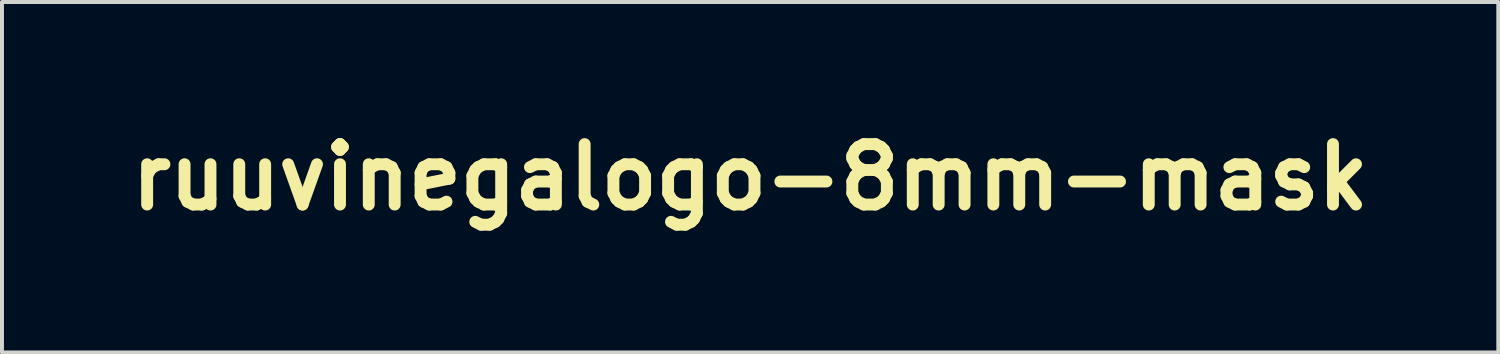
<source format=kicad_pcb>
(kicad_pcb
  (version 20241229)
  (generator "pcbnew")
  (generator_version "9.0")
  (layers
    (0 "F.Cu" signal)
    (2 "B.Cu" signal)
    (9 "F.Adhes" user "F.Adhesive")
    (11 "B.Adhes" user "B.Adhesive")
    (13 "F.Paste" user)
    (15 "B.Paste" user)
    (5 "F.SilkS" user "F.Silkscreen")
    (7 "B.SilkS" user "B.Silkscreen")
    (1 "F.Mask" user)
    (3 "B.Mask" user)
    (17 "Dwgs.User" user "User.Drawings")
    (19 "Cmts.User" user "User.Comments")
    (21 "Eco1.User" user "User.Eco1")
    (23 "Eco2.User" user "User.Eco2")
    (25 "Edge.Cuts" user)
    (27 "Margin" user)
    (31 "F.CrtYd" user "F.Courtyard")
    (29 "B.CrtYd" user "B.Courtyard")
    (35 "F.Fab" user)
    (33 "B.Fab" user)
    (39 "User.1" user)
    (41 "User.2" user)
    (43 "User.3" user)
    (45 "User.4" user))
  (footprint "ruuvinegalogo-8mm-mask"
    (layer "F.Cu")
    (at 15.864 1.418)
    (property "Reference" "ruuvinegalogo-8mm-mask" (at 0 0 0) (layer "F.SilkS") (effects (font (size 1.524 1.524) (thickness 0.3))))
    (attr through_hole)
    (fp_poly (pts (xy 1.862 -0.819) (xy 1.904 -0.812) (xy 1.945 -0.797) (xy 1.958 -0.791) (xy 1.981 -0.776) (xy 2.005 -0.755) (xy 2.028 -0.732) (xy 2.047 -0.707) (xy 2.059 -0.687) (xy 2.075 -0.645) (xy 2.084 -0.603) (xy 2.086 -0.561) (xy 2.08 -0.52) (xy 2.068 -0.481) (xy 2.049 -0.445) (xy 2.025 -0.412) (xy 1.995 -0.383) (xy 1.959 -0.359) (xy 1.918 -0.341) (xy 1.917 -0.341) (xy 1.882 -0.332) (xy 1.846 -0.328) (xy 1.81 -0.329) (xy 1.789 -0.333) (xy 1.747 -0.346) (xy 1.708 -0.367) (xy 1.674 -0.393) (xy 1.645 -0.425) (xy 1.622 -0.461) (xy 1.605 -0.502) (xy 1.598 -0.525) (xy 1.593 -0.566) (xy 1.595 -0.606) (xy 1.605 -0.646) (xy 1.621 -0.685) (xy 1.644 -0.722) (xy 1.672 -0.754) (xy 1.704 -0.78) (xy 1.74 -0.799) (xy 1.779 -0.813) (xy 1.82 -0.819) (xy 1.862 -0.819)) (stroke (width 0.01) (type solid)) (fill yes) (layer "F.Mask"))
    (fp_poly (pts (xy 1.862 -0.162) (xy 1.902 -0.157) (xy 1.935 -0.148) (xy 1.963 -0.135) (xy 1.987 -0.117) (xy 1.995 -0.109) (xy 2.006 -0.096) (xy 2.016 -0.081) (xy 2.021 -0.072) (xy 2.024 -0.064) (xy 2.027 -0.057) (xy 2.029 -0.049) (xy 2.031 -0.041) (xy 2.033 -0.031) (xy 2.035 -0.019) (xy 2.036 -0.005) (xy 2.037 0.013) (xy 2.038 0.034) (xy 2.038 0.059) (xy 2.039 0.089) (xy 2.039 0.125) (xy 2.039 0.166) (xy 2.039 0.214) (xy 2.039 0.269) (xy 2.039 0.327) (xy 2.039 0.387) (xy 2.039 0.439) (xy 2.039 0.485) (xy 2.039 0.524) (xy 2.039 0.557) (xy 2.039 0.585) (xy 2.038 0.608) (xy 2.038 0.627) (xy 2.037 0.642) (xy 2.037 0.654) (xy 2.036 0.664) (xy 2.035 0.672) (xy 2.034 0.678) (xy 2.033 0.684) (xy 2.032 0.687) (xy 2.018 0.722) (xy 1.998 0.754) (xy 1.971 0.78) (xy 1.94 0.8) (xy 1.94 0.8) (xy 1.914 0.81) (xy 1.884 0.816) (xy 1.851 0.82) (xy 1.818 0.82) (xy 1.788 0.816) (xy 1.786 0.815) (xy 1.749 0.802) (xy 1.717 0.784) (xy 1.691 0.76) (xy 1.671 0.731) (xy 1.657 0.698) (xy 1.654 0.686) (xy 1.653 0.679) (xy 1.652 0.668) (xy 1.651 0.651) (xy 1.651 0.629) (xy 1.65 0.602) (xy 1.65 0.568) (xy 1.65 0.528) (xy 1.65 0.481) (xy 1.65 0.426) (xy 1.65 0.365) (xy 1.65 0.321) (xy 1.651 0.26) (xy 1.651 0.206) (xy 1.651 0.16) (xy 1.651 0.121) (xy 1.652 0.087) (xy 1.652 0.059) (xy 1.652 0.035) (xy 1.653 0.016) (xy 1.653 0.001) (xy 1.654 -0.011) (xy 1.655 -0.021) (xy 1.656 -0.028) (xy 1.657 -0.034) (xy 1.658 -0.038) (xy 1.659 -0.043) (xy 1.661 -0.046) (xy 1.667 -0.062) (xy 1.673 -0.074) (xy 1.681 -0.085) (xy 1.693 -0.098) (xy 1.703 -0.109) (xy 1.731 -0.132) (xy 1.764 -0.148) (xy 1.801 -0.159) (xy 1.842 -0.162) (xy 1.862 -0.162)) (stroke (width 0.01) (type solid)) (fill yes) (layer "F.Mask"))
    (fp_poly (pts (xy -3.356 -0.808) (xy -3.327 -0.801) (xy -3.3 -0.789) (xy -3.276 -0.773) (xy -3.265 -0.763) (xy -3.239 -0.735) (xy -3.221 -0.705) (xy -3.209 -0.673) (xy -3.202 -0.635) (xy -3.202 -0.597) (xy -3.207 -0.561) (xy -3.219 -0.527) (xy -3.235 -0.498) (xy -3.253 -0.477) (xy -3.271 -0.462) (xy -3.289 -0.45) (xy -3.31 -0.44) (xy -3.334 -0.432) (xy -3.364 -0.425) (xy -3.4 -0.419) (xy -3.412 -0.417) (xy -3.442 -0.412) (xy -3.467 -0.407) (xy -3.487 -0.401) (xy -3.507 -0.393) (xy -3.527 -0.384) (xy -3.53 -0.383) (xy -3.573 -0.357) (xy -3.609 -0.328) (xy -3.639 -0.293) (xy -3.662 -0.253) (xy -3.68 -0.208) (xy -3.683 -0.196) (xy -3.684 -0.19) (xy -3.685 -0.18) (xy -3.685 -0.165) (xy -3.686 -0.144) (xy -3.687 -0.117) (xy -3.687 -0.085) (xy -3.688 -0.046) (xy -3.688 -0.001) (xy -3.688 0.052) (xy -3.688 0.111) (xy -3.689 0.178) (xy -3.689 0.241) (xy -3.689 0.659) (xy -3.701 0.692) (xy -3.717 0.729) (xy -3.738 0.76) (xy -3.765 0.784) (xy -3.797 0.803) (xy -3.812 0.809) (xy -3.832 0.814) (xy -3.857 0.818) (xy -3.884 0.819) (xy -3.911 0.819) (xy -3.934 0.817) (xy -3.947 0.815) (xy -3.984 0.8) (xy -4.016 0.78) (xy -4.042 0.755) (xy -4.062 0.724) (xy -4.076 0.689) (xy -4.079 0.676) (xy -4.08 0.669) (xy -4.08 0.657) (xy -4.081 0.64) (xy -4.081 0.618) (xy -4.082 0.59) (xy -4.082 0.556) (xy -4.082 0.515) (xy -4.082 0.468) (xy -4.082 0.414) (xy -4.082 0.353) (xy -4.082 0.284) (xy -4.082 0.21) (xy -4.082 0.141) (xy -4.082 0.079) (xy -4.081 0.024) (xy -4.081 -0.024) (xy -4.081 -0.065) (xy -4.081 -0.102) (xy -4.08 -0.132) (xy -4.08 -0.159) (xy -4.08 -0.181) (xy -4.079 -0.199) (xy -4.078 -0.214) (xy -4.078 -0.226) (xy -4.077 -0.237) (xy -4.076 -0.245) (xy -4.075 -0.252) (xy -4.074 -0.259) (xy -4.073 -0.265) (xy -4.071 -0.271) (xy -4.051 -0.346) (xy -4.024 -0.415) (xy -3.991 -0.48) (xy -3.952 -0.539) (xy -3.906 -0.594) (xy -3.854 -0.644) (xy -3.846 -0.651) (xy -3.787 -0.696) (xy -3.727 -0.733) (xy -3.663 -0.762) (xy -3.597 -0.785) (xy -3.527 -0.801) (xy -3.452 -0.81) (xy -3.43 -0.811) (xy -3.39 -0.812) (xy -3.356 -0.808)) (stroke (width 0.01) (type solid)) (fill yes) (layer "F.Mask"))
    (fp_poly (pts (xy -1.786 -0.806) (xy -1.771 -0.804) (xy -1.738 -0.793) (xy -1.706 -0.775) (xy -1.678 -0.751) (xy -1.654 -0.723) (xy -1.641 -0.7) (xy -1.629 -0.675) (xy -1.63 -0.21) (xy -1.63 -0.138) (xy -1.631 -0.074) (xy -1.631 -0.018) (xy -1.631 0.032) (xy -1.631 0.076) (xy -1.631 0.113) (xy -1.632 0.146) (xy -1.632 0.174) (xy -1.632 0.197) (xy -1.633 0.216) (xy -1.633 0.232) (xy -1.634 0.246) (xy -1.635 0.256) (xy -1.636 0.265) (xy -1.636 0.272) (xy -1.638 0.278) (xy -1.639 0.284) (xy -1.64 0.289) (xy -1.64 0.291) (xy -1.653 0.336) (xy -1.667 0.38) (xy -1.683 0.421) (xy -1.697 0.45) (xy -1.733 0.514) (xy -1.776 0.574) (xy -1.824 0.628) (xy -1.877 0.676) (xy -1.935 0.718) (xy -1.997 0.753) (xy -2.062 0.781) (xy -2.131 0.803) (xy -2.179 0.813) (xy -2.207 0.817) (xy -2.241 0.82) (xy -2.277 0.822) (xy -2.313 0.823) (xy -2.348 0.823) (xy -2.378 0.822) (xy -2.395 0.821) (xy -2.47 0.808) (xy -2.541 0.789) (xy -2.608 0.763) (xy -2.671 0.729) (xy -2.731 0.688) (xy -2.787 0.64) (xy -2.814 0.613) (xy -2.862 0.557) (xy -2.903 0.497) (xy -2.937 0.433) (xy -2.964 0.365) (xy -2.983 0.293) (xy -2.987 0.273) (xy -2.989 0.256) (xy -2.991 0.232) (xy -2.993 0.2) (xy -2.995 0.162) (xy -2.997 0.119) (xy -2.998 0.07) (xy -2.999 0.016) (xy -3 -0.041) (xy -3 -0.102) (xy -3.001 -0.166) (xy -3.001 -0.232) (xy -3 -0.3) (xy -3 -0.368) (xy -2.999 -0.438) (xy -2.998 -0.507) (xy -2.997 -0.535) (xy -2.995 -0.668) (xy -2.979 -0.7) (xy -2.958 -0.733) (xy -2.932 -0.761) (xy -2.902 -0.783) (xy -2.868 -0.797) (xy -2.854 -0.801) (xy -2.833 -0.803) (xy -2.808 -0.804) (xy -2.781 -0.803) (xy -2.756 -0.8) (xy -2.735 -0.795) (xy -2.728 -0.793) (xy -2.693 -0.775) (xy -2.662 -0.751) (xy -2.637 -0.721) (xy -2.619 -0.687) (xy -2.617 -0.683) (xy -2.608 -0.659) (xy -2.605 -0.225) (xy -2.604 -0.155) (xy -2.604 -0.092) (xy -2.603 -0.037) (xy -2.603 0.011) (xy -2.602 0.053) (xy -2.602 0.09) (xy -2.601 0.12) (xy -2.601 0.146) (xy -2.6 0.168) (xy -2.6 0.186) (xy -2.599 0.2) (xy -2.598 0.211) (xy -2.598 0.22) (xy -2.597 0.227) (xy -2.596 0.232) (xy -2.595 0.234) (xy -2.579 0.277) (xy -2.557 0.316) (xy -2.528 0.35) (xy -2.494 0.379) (xy -2.456 0.402) (xy -2.413 0.419) (xy -2.367 0.429) (xy -2.322 0.433) (xy -2.271 0.429) (xy -2.223 0.418) (xy -2.179 0.4) (xy -2.14 0.376) (xy -2.105 0.346) (xy -2.075 0.31) (xy -2.051 0.27) (xy -2.033 0.225) (xy -2.025 0.195) (xy -2.024 0.188) (xy -2.024 0.174) (xy -2.023 0.154) (xy -2.022 0.128) (xy -2.021 0.095) (xy -2.021 0.056) (xy -2.02 0.009) (xy -2.019 -0.046) (xy -2.019 -0.107) (xy -2.018 -0.177) (xy -2.018 -0.25) (xy -2.015 -0.672) (xy -2.002 -0.698) (xy -1.983 -0.73) (xy -1.958 -0.757) (xy -1.929 -0.78) (xy -1.896 -0.796) (xy -1.871 -0.804) (xy -1.845 -0.807) (xy -1.815 -0.808) (xy -1.786 -0.806)) (stroke (width 0.01) (type solid)) (fill yes) (layer "F.Mask"))
    (fp_poly (pts (xy 3.313 -0.815) (xy 3.388 -0.807) (xy 3.462 -0.793) (xy 3.533 -0.771) (xy 3.603 -0.743) (xy 3.669 -0.71) (xy 3.731 -0.67) (xy 3.79 -0.625) (xy 3.845 -0.575) (xy 3.895 -0.519) (xy 3.94 -0.459) (xy 3.98 -0.394) (xy 4.014 -0.325) (xy 4.042 -0.253) (xy 4.063 -0.176) (xy 4.077 -0.096) (xy 4.077 -0.09) (xy 4.083 -0.01) (xy 4.08 0.069) (xy 4.07 0.147) (xy 4.052 0.224) (xy 4.028 0.299) (xy 3.996 0.371) (xy 3.958 0.44) (xy 3.913 0.505) (xy 3.862 0.565) (xy 3.804 0.621) (xy 3.792 0.631) (xy 3.727 0.681) (xy 3.659 0.723) (xy 3.587 0.758) (xy 3.512 0.786) (xy 3.431 0.808) (xy 3.395 0.815) (xy 3.375 0.817) (xy 3.349 0.82) (xy 3.319 0.821) (xy 3.287 0.823) (xy 3.254 0.823) (xy 3.224 0.823) (xy 3.197 0.822) (xy 3.175 0.821) (xy 3.172 0.821) (xy 3.092 0.807) (xy 3.014 0.786) (xy 2.939 0.757) (xy 2.868 0.722) (xy 2.8 0.681) (xy 2.737 0.633) (xy 2.679 0.58) (xy 2.626 0.521) (xy 2.579 0.457) (xy 2.538 0.388) (xy 2.527 0.365) (xy 2.495 0.29) (xy 2.471 0.213) (xy 2.454 0.135) (xy 2.445 0.055) (xy 2.445 0.025) (xy 2.91 0.025) (xy 2.913 0.058) (xy 2.922 0.123) (xy 2.939 0.185) (xy 2.963 0.244) (xy 2.993 0.298) (xy 3.029 0.349) (xy 3.071 0.394) (xy 3.119 0.435) (xy 3.171 0.469) (xy 3.227 0.498) (xy 3.288 0.52) (xy 3.334 0.531) (xy 3.364 0.535) (xy 3.399 0.538) (xy 3.437 0.539) (xy 3.474 0.537) (xy 3.508 0.534) (xy 3.52 0.532) (xy 3.582 0.518) (xy 3.642 0.496) (xy 3.698 0.467) (xy 3.751 0.431) (xy 3.799 0.39) (xy 3.841 0.342) (xy 3.869 0.304) (xy 3.885 0.278) (xy 3.898 0.254) (xy 3.909 0.231) (xy 3.92 0.204) (xy 3.925 0.19) (xy 3.942 0.128) (xy 3.952 0.065) (xy 3.954 0.001) (xy 3.948 -0.063) (xy 3.934 -0.125) (xy 3.927 -0.148) (xy 3.903 -0.207) (xy 3.872 -0.263) (xy 3.835 -0.314) (xy 3.793 -0.36) (xy 3.745 -0.4) (xy 3.692 -0.435) (xy 3.636 -0.463) (xy 3.576 -0.484) (xy 3.523 -0.496) (xy 3.503 -0.499) (xy 3.48 -0.501) (xy 3.456 -0.502) (xy 3.431 -0.503) (xy 3.408 -0.502) (xy 3.386 -0.501) (xy 3.368 -0.5) (xy 3.354 -0.498) (xy 3.347 -0.495) (xy 3.346 -0.492) (xy 3.365 -0.444) (xy 3.379 -0.399) (xy 3.386 -0.356) (xy 3.388 -0.313) (xy 3.387 -0.3) (xy 3.381 -0.246) (xy 3.366 -0.195) (xy 3.344 -0.146) (xy 3.33 -0.122) (xy 3.298 -0.08) (xy 3.26 -0.043) (xy 3.218 -0.012) (xy 3.173 0.012) (xy 3.124 0.029) (xy 3.073 0.04) (xy 3.021 0.043) (xy 2.969 0.039) (xy 2.932 0.031) (xy 2.91 0.025) (xy 2.445 0.025) (xy 2.444 -0.024) (xy 2.451 -0.104) (xy 2.465 -0.183) (xy 2.487 -0.26) (xy 2.517 -0.336) (xy 2.527 -0.357) (xy 2.566 -0.427) (xy 2.611 -0.493) (xy 2.662 -0.553) (xy 2.719 -0.609) (xy 2.781 -0.659) (xy 2.848 -0.703) (xy 2.918 -0.74) (xy 2.992 -0.77) (xy 3.002 -0.773) (xy 3.08 -0.795) (xy 3.158 -0.81) (xy 3.236 -0.816) (xy 3.313 -0.815)) (stroke (width 0.01) (type solid)) (fill yes) (layer "F.Mask"))
    (fp_poly (pts (xy -0.22 -0.808) (xy -0.184 -0.799) (xy -0.149 -0.784) (xy -0.119 -0.762) (xy -0.094 -0.735) (xy -0.076 -0.707) (xy -0.063 -0.68) (xy -0.062 -0.286) (xy -0.062 -0.208) (xy -0.062 -0.139) (xy -0.062 -0.076) (xy -0.062 -0.02) (xy -0.062 0.029) (xy -0.063 0.073) (xy -0.063 0.111) (xy -0.064 0.145) (xy -0.065 0.174) (xy -0.066 0.2) (xy -0.068 0.222) (xy -0.069 0.241) (xy -0.071 0.258) (xy -0.074 0.273) (xy -0.076 0.287) (xy -0.079 0.299) (xy -0.081 0.308) (xy -0.096 0.36) (xy -0.113 0.406) (xy -0.132 0.448) (xy -0.154 0.489) (xy -0.171 0.514) (xy -0.213 0.573) (xy -0.261 0.626) (xy -0.315 0.674) (xy -0.372 0.715) (xy -0.434 0.75) (xy -0.498 0.779) (xy -0.565 0.799) (xy -0.594 0.806) (xy -0.65 0.815) (xy -0.709 0.819) (xy -0.769 0.82) (xy -0.825 0.817) (xy -0.849 0.815) (xy -0.922 0.801) (xy -0.99 0.781) (xy -1.054 0.754) (xy -1.115 0.72) (xy -1.173 0.679) (xy -1.228 0.63) (xy -1.235 0.623) (xy -1.286 0.567) (xy -1.328 0.509) (xy -1.364 0.448) (xy -1.391 0.384) (xy -1.412 0.316) (xy -1.425 0.245) (xy -1.429 0.208) (xy -1.43 0.194) (xy -1.431 0.171) (xy -1.431 0.141) (xy -1.432 0.102) (xy -1.432 0.056) (xy -1.432 0.002) (xy -1.433 -0.059) (xy -1.433 -0.128) (xy -1.432 -0.205) (xy -1.432 -0.255) (xy -1.431 -0.668) (xy -1.414 -0.703) (xy -1.393 -0.737) (xy -1.367 -0.765) (xy -1.337 -0.786) (xy -1.302 -0.8) (xy -1.264 -0.808) (xy -1.223 -0.808) (xy -1.187 -0.802) (xy -1.152 -0.791) (xy -1.12 -0.773) (xy -1.093 -0.75) (xy -1.071 -0.722) (xy -1.054 -0.69) (xy -1.046 -0.659) (xy -1.045 -0.651) (xy -1.045 -0.636) (xy -1.044 -0.613) (xy -1.043 -0.583) (xy -1.043 -0.547) (xy -1.042 -0.506) (xy -1.041 -0.459) (xy -1.041 -0.406) (xy -1.04 -0.35) (xy -1.04 -0.289) (xy -1.039 -0.225) (xy -1.039 -0.216) (xy -1.039 -0.146) (xy -1.038 -0.084) (xy -1.038 -0.029) (xy -1.038 0.019) (xy -1.037 0.062) (xy -1.037 0.098) (xy -1.036 0.13) (xy -1.035 0.156) (xy -1.034 0.179) (xy -1.033 0.198) (xy -1.032 0.213) (xy -1.03 0.226) (xy -1.028 0.237) (xy -1.026 0.246) (xy -1.024 0.254) (xy -1.021 0.261) (xy -1.018 0.268) (xy -1.014 0.275) (xy -1.012 0.279) (xy -0.988 0.319) (xy -0.957 0.353) (xy -0.922 0.382) (xy -0.882 0.404) (xy -0.839 0.42) (xy -0.792 0.428) (xy -0.761 0.43) (xy -0.71 0.427) (xy -0.663 0.416) (xy -0.618 0.398) (xy -0.578 0.374) (xy -0.542 0.343) (xy -0.512 0.306) (xy -0.486 0.264) (xy -0.486 0.263) (xy -0.481 0.254) (xy -0.477 0.245) (xy -0.474 0.238) (xy -0.47 0.23) (xy -0.468 0.221) (xy -0.465 0.212) (xy -0.463 0.201) (xy -0.461 0.188) (xy -0.46 0.173) (xy -0.459 0.155) (xy -0.458 0.133) (xy -0.457 0.107) (xy -0.456 0.076) (xy -0.456 0.041) (xy -0.455 0.000213) (xy -0.455 -0.047) (xy -0.454 -0.1) (xy -0.454 -0.161) (xy -0.454 -0.229) (xy -0.454 -0.247) (xy -0.451 -0.672) (xy -0.436 -0.703) (xy -0.415 -0.738) (xy -0.388 -0.766) (xy -0.358 -0.787) (xy -0.323 -0.802) (xy -0.284 -0.81) (xy -0.242 -0.811) (xy -0.22 -0.808)) (stroke (width 0.01) (type solid)) (fill yes) (layer "F.Mask"))
    (fp_poly (pts (xy 1.281 -0.814) (xy 1.317 -0.808) (xy 1.352 -0.797) (xy 1.373 -0.785) (xy 1.406 -0.761) (xy 1.432 -0.732) (xy 1.451 -0.7) (xy 1.462 -0.665) (xy 1.466 -0.629) (xy 1.466 -0.615) (xy 1.465 -0.602) (xy 1.462 -0.589) (xy 1.456 -0.572) (xy 1.449 -0.551) (xy 1.447 -0.547) (xy 1.441 -0.531) (xy 1.432 -0.507) (xy 1.421 -0.477) (xy 1.407 -0.441) (xy 1.391 -0.4) (xy 1.373 -0.355) (xy 1.353 -0.305) (xy 1.333 -0.251) (xy 1.31 -0.195) (xy 1.287 -0.136) (xy 1.264 -0.075) (xy 1.239 -0.013) (xy 1.215 0.049) (xy 1.19 0.112) (xy 1.166 0.174) (xy 1.141 0.235) (xy 1.118 0.295) (xy 1.095 0.352) (xy 1.074 0.406) (xy 1.054 0.458) (xy 1.035 0.505) (xy 1.018 0.547) (xy 1.003 0.585) (xy 0.99 0.617) (xy 0.98 0.642) (xy 0.972 0.661) (xy 0.972 0.663) (xy 0.956 0.699) (xy 0.94 0.729) (xy 0.924 0.754) (xy 0.907 0.773) (xy 0.887 0.788) (xy 0.865 0.802) (xy 0.862 0.803) (xy 0.841 0.811) (xy 0.815 0.815) (xy 0.787 0.816) (xy 0.761 0.815) (xy 0.738 0.81) (xy 0.737 0.809) (xy 0.702 0.793) (xy 0.671 0.772) (xy 0.645 0.745) (xy 0.634 0.73) (xy 0.631 0.724) (xy 0.626 0.714) (xy 0.62 0.698) (xy 0.611 0.678) (xy 0.601 0.653) (xy 0.588 0.622) (xy 0.573 0.585) (xy 0.556 0.543) (xy 0.537 0.494) (xy 0.515 0.44) (xy 0.491 0.379) (xy 0.464 0.312) (xy 0.435 0.238) (xy 0.404 0.158) (xy 0.369 0.07) (xy 0.332 -0.024) (xy 0.292 -0.126) (xy 0.26 -0.206) (xy 0.235 -0.27) (xy 0.213 -0.327) (xy 0.193 -0.377) (xy 0.176 -0.421) (xy 0.161 -0.459) (xy 0.149 -0.492) (xy 0.138 -0.52) (xy 0.129 -0.544) (xy 0.122 -0.564) (xy 0.117 -0.581) (xy 0.113 -0.595) (xy 0.11 -0.606) (xy 0.108 -0.615) (xy 0.107 -0.623) (xy 0.107 -0.63) (xy 0.107 -0.636) (xy 0.108 -0.642) (xy 0.109 -0.648) (xy 0.11 -0.652) (xy 0.12 -0.689) (xy 0.138 -0.722) (xy 0.161 -0.751) (xy 0.189 -0.775) (xy 0.221 -0.795) (xy 0.256 -0.808) (xy 0.295 -0.815) (xy 0.334 -0.814) (xy 0.347 -0.813) (xy 0.381 -0.805) (xy 0.409 -0.792) (xy 0.435 -0.774) (xy 0.443 -0.766) (xy 0.45 -0.758) (xy 0.457 -0.751) (xy 0.463 -0.742) (xy 0.47 -0.731) (xy 0.477 -0.718) (xy 0.485 -0.702) (xy 0.494 -0.682) (xy 0.504 -0.657) (xy 0.516 -0.628) (xy 0.53 -0.593) (xy 0.547 -0.551) (xy 0.561 -0.514) (xy 0.586 -0.451) (xy 0.61 -0.39) (xy 0.634 -0.331) (xy 0.656 -0.274) (xy 0.677 -0.221) (xy 0.697 -0.171) (xy 0.716 -0.125) (xy 0.732 -0.083) (xy 0.747 -0.046) (xy 0.76 -0.015) (xy 0.771 0.011) (xy 0.779 0.031) (xy 0.784 0.044) (xy 0.787 0.05) (xy 0.788 0.051) (xy 0.79 0.048) (xy 0.795 0.038) (xy 0.802 0.022) (xy 0.81 0.001) (xy 0.821 -0.025) (xy 0.833 -0.054) (xy 0.845 -0.085) (xy 0.872 -0.153) (xy 0.898 -0.219) (xy 0.923 -0.283) (xy 0.948 -0.344) (xy 0.971 -0.403) (xy 0.993 -0.458) (xy 1.013 -0.509) (xy 1.032 -0.555) (xy 1.049 -0.597) (xy 1.064 -0.634) (xy 1.076 -0.665) (xy 1.086 -0.69) (xy 1.094 -0.709) (xy 1.099 -0.72) (xy 1.101 -0.723) (xy 1.115 -0.746) (xy 1.135 -0.768) (xy 1.158 -0.787) (xy 1.176 -0.798) (xy 1.208 -0.809) (xy 1.244 -0.815) (xy 1.281 -0.814)) (stroke (width 0.01) (type solid)) (fill yes) (layer "F.Mask")))
  (gr_rect
    (start -3 -3)
    (end 34.728 5.836)
    (stroke (width 0.1) (type default))
    (fill no)
    (layer "Edge.Cuts")))
</source>
